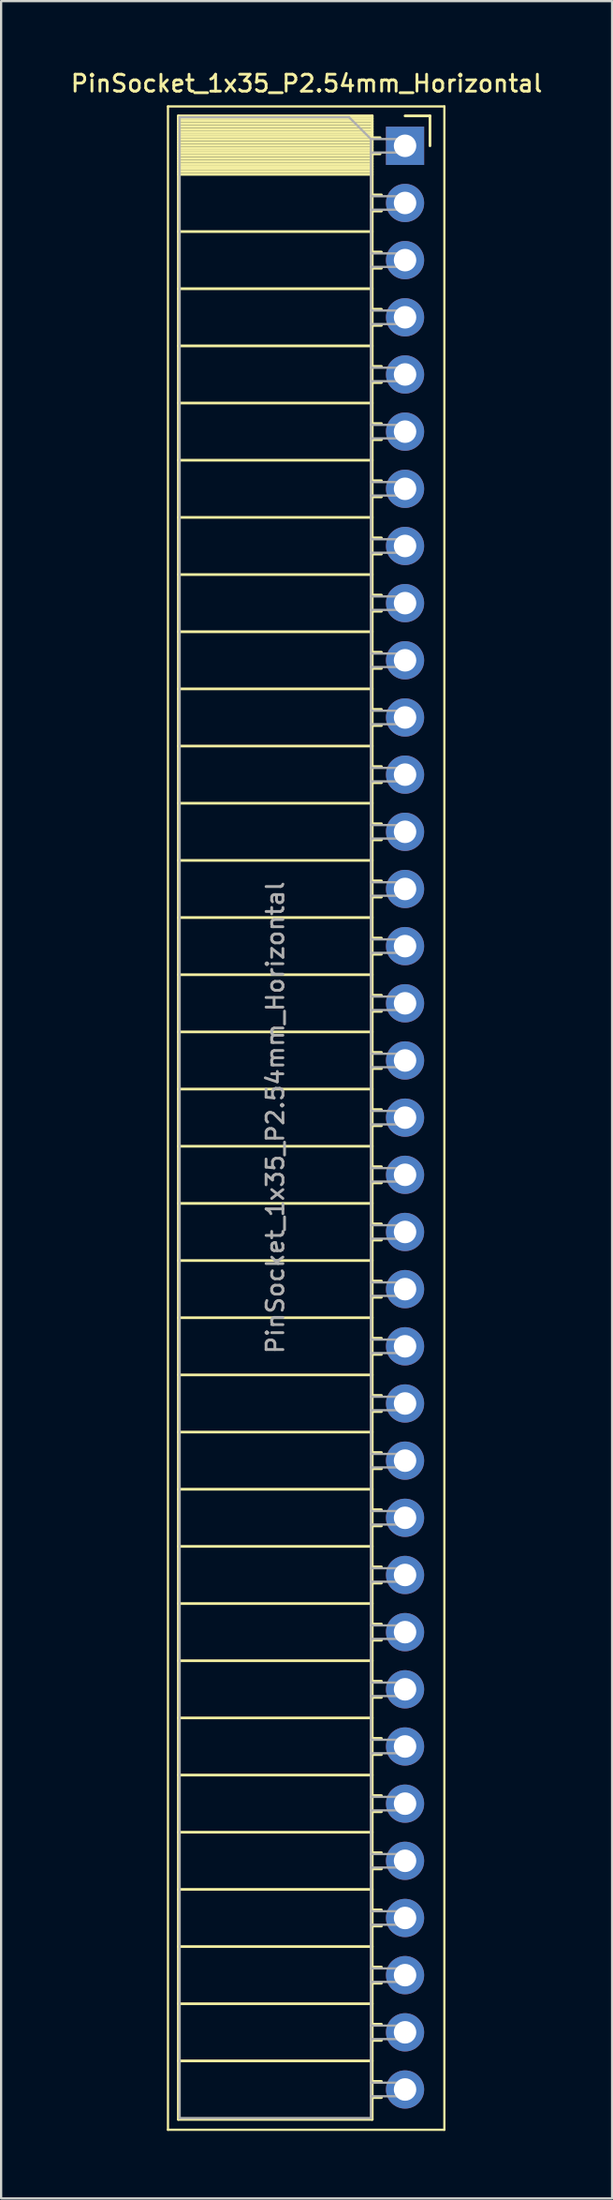
<source format=kicad_pcb>
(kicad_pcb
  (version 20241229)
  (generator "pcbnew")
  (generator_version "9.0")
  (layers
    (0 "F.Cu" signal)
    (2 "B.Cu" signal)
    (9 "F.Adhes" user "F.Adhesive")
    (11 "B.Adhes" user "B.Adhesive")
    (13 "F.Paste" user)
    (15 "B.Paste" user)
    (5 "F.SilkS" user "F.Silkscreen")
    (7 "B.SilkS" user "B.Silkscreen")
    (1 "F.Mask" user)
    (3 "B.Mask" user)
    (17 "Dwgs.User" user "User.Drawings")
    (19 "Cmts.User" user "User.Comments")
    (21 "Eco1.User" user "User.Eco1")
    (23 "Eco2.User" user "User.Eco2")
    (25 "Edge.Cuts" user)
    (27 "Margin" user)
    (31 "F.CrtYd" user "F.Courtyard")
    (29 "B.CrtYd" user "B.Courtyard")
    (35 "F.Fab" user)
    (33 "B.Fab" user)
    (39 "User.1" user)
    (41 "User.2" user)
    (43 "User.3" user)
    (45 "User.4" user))
  (footprint "PinSocket_1x35_P2.54mm_Horizontal"
    (layer "F.Cu")
    (at 14.975 3.428)
    (property "Reference" "PinSocket_1x35_P2.54mm_Horizontal" (at -4.38 -2.77 0) (layer "F.SilkS") (effects (font (size 0.75 0.75) (thickness 0.125))))
    (attr through_hole)
    (fp_line (start -10.55 -1.75) (end -10.55 88.15) (stroke (width 0.1) (type solid)) (layer "F.SilkS"))
    (fp_line (start -10.55 88.15) (end 1.75 88.15) (stroke (width 0.1) (type solid)) (layer "F.SilkS"))
    (fp_line (start -10.09 -1.33) (end -10.09 87.69) (stroke (width 0.12) (type solid)) (layer "F.SilkS"))
    (fp_line (start -10.09 -1.33) (end -1.46 -1.33) (stroke (width 0.12) (type solid)) (layer "F.SilkS"))
    (fp_line (start -10.09 -1.21) (end -1.46 -1.21) (stroke (width 0.12) (type solid)) (layer "F.SilkS"))
    (fp_line (start -10.09 -1.092) (end -1.46 -1.092) (stroke (width 0.12) (type solid)) (layer "F.SilkS"))
    (fp_line (start -10.09 -0.974) (end -1.46 -0.974) (stroke (width 0.12) (type solid)) (layer "F.SilkS"))
    (fp_line (start -10.09 -0.856) (end -1.46 -0.856) (stroke (width 0.12) (type solid)) (layer "F.SilkS"))
    (fp_line (start -10.09 -0.738) (end -1.46 -0.738) (stroke (width 0.12) (type solid)) (layer "F.SilkS"))
    (fp_line (start -10.09 -0.62) (end -1.46 -0.62) (stroke (width 0.12) (type solid)) (layer "F.SilkS"))
    (fp_line (start -10.09 -0.501) (end -1.46 -0.501) (stroke (width 0.12) (type solid)) (layer "F.SilkS"))
    (fp_line (start -10.09 -0.383) (end -1.46 -0.383) (stroke (width 0.12) (type solid)) (layer "F.SilkS"))
    (fp_line (start -10.09 -0.265) (end -1.46 -0.265) (stroke (width 0.12) (type solid)) (layer "F.SilkS"))
    (fp_line (start -10.09 -0.147) (end -1.46 -0.147) (stroke (width 0.12) (type solid)) (layer "F.SilkS"))
    (fp_line (start -10.09 -0.029) (end -1.46 -0.029) (stroke (width 0.12) (type solid)) (layer "F.SilkS"))
    (fp_line (start -10.09 0.089) (end -1.46 0.089) (stroke (width 0.12) (type solid)) (layer "F.SilkS"))
    (fp_line (start -10.09 0.207) (end -1.46 0.207) (stroke (width 0.12) (type solid)) (layer "F.SilkS"))
    (fp_line (start -10.09 0.325) (end -1.46 0.325) (stroke (width 0.12) (type solid)) (layer "F.SilkS"))
    (fp_line (start -10.09 0.443) (end -1.46 0.443) (stroke (width 0.12) (type solid)) (layer "F.SilkS"))
    (fp_line (start -10.09 0.561) (end -1.46 0.561) (stroke (width 0.12) (type solid)) (layer "F.SilkS"))
    (fp_line (start -10.09 0.68) (end -1.46 0.68) (stroke (width 0.12) (type solid)) (layer "F.SilkS"))
    (fp_line (start -10.09 0.798) (end -1.46 0.798) (stroke (width 0.12) (type solid)) (layer "F.SilkS"))
    (fp_line (start -10.09 0.916) (end -1.46 0.916) (stroke (width 0.12) (type solid)) (layer "F.SilkS"))
    (fp_line (start -10.09 1.034) (end -1.46 1.034) (stroke (width 0.12) (type solid)) (layer "F.SilkS"))
    (fp_line (start -10.09 1.152) (end -1.46 1.152) (stroke (width 0.12) (type solid)) (layer "F.SilkS"))
    (fp_line (start -10.09 1.27) (end -1.46 1.27) (stroke (width 0.12) (type solid)) (layer "F.SilkS"))
    (fp_line (start -10.09 3.81) (end -1.46 3.81) (stroke (width 0.12) (type solid)) (layer "F.SilkS"))
    (fp_line (start -10.09 6.35) (end -1.46 6.35) (stroke (width 0.12) (type solid)) (layer "F.SilkS"))
    (fp_line (start -10.09 8.89) (end -1.46 8.89) (stroke (width 0.12) (type solid)) (layer "F.SilkS"))
    (fp_line (start -10.09 11.43) (end -1.46 11.43) (stroke (width 0.12) (type solid)) (layer "F.SilkS"))
    (fp_line (start -10.09 13.97) (end -1.46 13.97) (stroke (width 0.12) (type solid)) (layer "F.SilkS"))
    (fp_line (start -10.09 16.51) (end -1.46 16.51) (stroke (width 0.12) (type solid)) (layer "F.SilkS"))
    (fp_line (start -10.09 19.05) (end -1.46 19.05) (stroke (width 0.12) (type solid)) (layer "F.SilkS"))
    (fp_line (start -10.09 21.59) (end -1.46 21.59) (stroke (width 0.12) (type solid)) (layer "F.SilkS"))
    (fp_line (start -10.09 24.13) (end -1.46 24.13) (stroke (width 0.12) (type solid)) (layer "F.SilkS"))
    (fp_line (start -10.09 26.67) (end -1.46 26.67) (stroke (width 0.12) (type solid)) (layer "F.SilkS"))
    (fp_line (start -10.09 29.21) (end -1.46 29.21) (stroke (width 0.12) (type solid)) (layer "F.SilkS"))
    (fp_line (start -10.09 31.75) (end -1.46 31.75) (stroke (width 0.12) (type solid)) (layer "F.SilkS"))
    (fp_line (start -10.09 34.29) (end -1.46 34.29) (stroke (width 0.12) (type solid)) (layer "F.SilkS"))
    (fp_line (start -10.09 36.83) (end -1.46 36.83) (stroke (width 0.12) (type solid)) (layer "F.SilkS"))
    (fp_line (start -10.09 39.37) (end -1.46 39.37) (stroke (width 0.12) (type solid)) (layer "F.SilkS"))
    (fp_line (start -10.09 41.91) (end -1.46 41.91) (stroke (width 0.12) (type solid)) (layer "F.SilkS"))
    (fp_line (start -10.09 44.45) (end -1.46 44.45) (stroke (width 0.12) (type solid)) (layer "F.SilkS"))
    (fp_line (start -10.09 46.99) (end -1.46 46.99) (stroke (width 0.12) (type solid)) (layer "F.SilkS"))
    (fp_line (start -10.09 49.53) (end -1.46 49.53) (stroke (width 0.12) (type solid)) (layer "F.SilkS"))
    (fp_line (start -10.09 52.07) (end -1.46 52.07) (stroke (width 0.12) (type solid)) (layer "F.SilkS"))
    (fp_line (start -10.09 54.61) (end -1.46 54.61) (stroke (width 0.12) (type solid)) (layer "F.SilkS"))
    (fp_line (start -10.09 57.15) (end -1.46 57.15) (stroke (width 0.12) (type solid)) (layer "F.SilkS"))
    (fp_line (start -10.09 59.69) (end -1.46 59.69) (stroke (width 0.12) (type solid)) (layer "F.SilkS"))
    (fp_line (start -10.09 62.23) (end -1.46 62.23) (stroke (width 0.12) (type solid)) (layer "F.SilkS"))
    (fp_line (start -10.09 64.77) (end -1.46 64.77) (stroke (width 0.12) (type solid)) (layer "F.SilkS"))
    (fp_line (start -10.09 67.31) (end -1.46 67.31) (stroke (width 0.12) (type solid)) (layer "F.SilkS"))
    (fp_line (start -10.09 69.85) (end -1.46 69.85) (stroke (width 0.12) (type solid)) (layer "F.SilkS"))
    (fp_line (start -10.09 72.39) (end -1.46 72.39) (stroke (width 0.12) (type solid)) (layer "F.SilkS"))
    (fp_line (start -10.09 74.93) (end -1.46 74.93) (stroke (width 0.12) (type solid)) (layer "F.SilkS"))
    (fp_line (start -10.09 77.47) (end -1.46 77.47) (stroke (width 0.12) (type solid)) (layer "F.SilkS"))
    (fp_line (start -10.09 80.01) (end -1.46 80.01) (stroke (width 0.12) (type solid)) (layer "F.SilkS"))
    (fp_line (start -10.09 82.55) (end -1.46 82.55) (stroke (width 0.12) (type solid)) (layer "F.SilkS"))
    (fp_line (start -10.09 85.09) (end -1.46 85.09) (stroke (width 0.12) (type solid)) (layer "F.SilkS"))
    (fp_line (start -10.09 87.69) (end -1.46 87.69) (stroke (width 0.12) (type solid)) (layer "F.SilkS"))
    (fp_line (start -1.46 -1.33) (end -1.46 87.69) (stroke (width 0.12) (type solid)) (layer "F.SilkS"))
    (fp_line (start -1.46 -0.36) (end -1.11 -0.36) (stroke (width 0.12) (type solid)) (layer "F.SilkS"))
    (fp_line (start -1.46 0.36) (end -1.11 0.36) (stroke (width 0.12) (type solid)) (layer "F.SilkS"))
    (fp_line (start -1.46 2.18) (end -1.05 2.18) (stroke (width 0.12) (type solid)) (layer "F.SilkS"))
    (fp_line (start -1.46 2.9) (end -1.05 2.9) (stroke (width 0.12) (type solid)) (layer "F.SilkS"))
    (fp_line (start -1.46 4.72) (end -1.05 4.72) (stroke (width 0.12) (type solid)) (layer "F.SilkS"))
    (fp_line (start -1.46 5.44) (end -1.05 5.44) (stroke (width 0.12) (type solid)) (layer "F.SilkS"))
    (fp_line (start -1.46 7.26) (end -1.05 7.26) (stroke (width 0.12) (type solid)) (layer "F.SilkS"))
    (fp_line (start -1.46 7.98) (end -1.05 7.98) (stroke (width 0.12) (type solid)) (layer "F.SilkS"))
    (fp_line (start -1.46 9.8) (end -1.05 9.8) (stroke (width 0.12) (type solid)) (layer "F.SilkS"))
    (fp_line (start -1.46 10.52) (end -1.05 10.52) (stroke (width 0.12) (type solid)) (layer "F.SilkS"))
    (fp_line (start -1.46 12.34) (end -1.05 12.34) (stroke (width 0.12) (type solid)) (layer "F.SilkS"))
    (fp_line (start -1.46 13.06) (end -1.05 13.06) (stroke (width 0.12) (type solid)) (layer "F.SilkS"))
    (fp_line (start -1.46 14.88) (end -1.05 14.88) (stroke (width 0.12) (type solid)) (layer "F.SilkS"))
    (fp_line (start -1.46 15.6) (end -1.05 15.6) (stroke (width 0.12) (type solid)) (layer "F.SilkS"))
    (fp_line (start -1.46 17.42) (end -1.05 17.42) (stroke (width 0.12) (type solid)) (layer "F.SilkS"))
    (fp_line (start -1.46 18.14) (end -1.05 18.14) (stroke (width 0.12) (type solid)) (layer "F.SilkS"))
    (fp_line (start -1.46 19.96) (end -1.05 19.96) (stroke (width 0.12) (type solid)) (layer "F.SilkS"))
    (fp_line (start -1.46 20.68) (end -1.05 20.68) (stroke (width 0.12) (type solid)) (layer "F.SilkS"))
    (fp_line (start -1.46 22.5) (end -1.05 22.5) (stroke (width 0.12) (type solid)) (layer "F.SilkS"))
    (fp_line (start -1.46 23.22) (end -1.05 23.22) (stroke (width 0.12) (type solid)) (layer "F.SilkS"))
    (fp_line (start -1.46 25.04) (end -1.05 25.04) (stroke (width 0.12) (type solid)) (layer "F.SilkS"))
    (fp_line (start -1.46 25.76) (end -1.05 25.76) (stroke (width 0.12) (type solid)) (layer "F.SilkS"))
    (fp_line (start -1.46 27.58) (end -1.05 27.58) (stroke (width 0.12) (type solid)) (layer "F.SilkS"))
    (fp_line (start -1.46 28.3) (end -1.05 28.3) (stroke (width 0.12) (type solid)) (layer "F.SilkS"))
    (fp_line (start -1.46 30.12) (end -1.05 30.12) (stroke (width 0.12) (type solid)) (layer "F.SilkS"))
    (fp_line (start -1.46 30.84) (end -1.05 30.84) (stroke (width 0.12) (type solid)) (layer "F.SilkS"))
    (fp_line (start -1.46 32.66) (end -1.05 32.66) (stroke (width 0.12) (type solid)) (layer "F.SilkS"))
    (fp_line (start -1.46 33.38) (end -1.05 33.38) (stroke (width 0.12) (type solid)) (layer "F.SilkS"))
    (fp_line (start -1.46 35.2) (end -1.05 35.2) (stroke (width 0.12) (type solid)) (layer "F.SilkS"))
    (fp_line (start -1.46 35.92) (end -1.05 35.92) (stroke (width 0.12) (type solid)) (layer "F.SilkS"))
    (fp_line (start -1.46 37.74) (end -1.05 37.74) (stroke (width 0.12) (type solid)) (layer "F.SilkS"))
    (fp_line (start -1.46 38.46) (end -1.05 38.46) (stroke (width 0.12) (type solid)) (layer "F.SilkS"))
    (fp_line (start -1.46 40.28) (end -1.05 40.28) (stroke (width 0.12) (type solid)) (layer "F.SilkS"))
    (fp_line (start -1.46 41) (end -1.05 41) (stroke (width 0.12) (type solid)) (layer "F.SilkS"))
    (fp_line (start -1.46 42.82) (end -1.05 42.82) (stroke (width 0.12) (type solid)) (layer "F.SilkS"))
    (fp_line (start -1.46 43.54) (end -1.05 43.54) (stroke (width 0.12) (type solid)) (layer "F.SilkS"))
    (fp_line (start -1.46 45.36) (end -1.05 45.36) (stroke (width 0.12) (type solid)) (layer "F.SilkS"))
    (fp_line (start -1.46 46.08) (end -1.05 46.08) (stroke (width 0.12) (type solid)) (layer "F.SilkS"))
    (fp_line (start -1.46 47.9) (end -1.05 47.9) (stroke (width 0.12) (type solid)) (layer "F.SilkS"))
    (fp_line (start -1.46 48.62) (end -1.05 48.62) (stroke (width 0.12) (type solid)) (layer "F.SilkS"))
    (fp_line (start -1.46 50.44) (end -1.05 50.44) (stroke (width 0.12) (type solid)) (layer "F.SilkS"))
    (fp_line (start -1.46 51.16) (end -1.05 51.16) (stroke (width 0.12) (type solid)) (layer "F.SilkS"))
    (fp_line (start -1.46 52.98) (end -1.05 52.98) (stroke (width 0.12) (type solid)) (layer "F.SilkS"))
    (fp_line (start -1.46 53.7) (end -1.05 53.7) (stroke (width 0.12) (type solid)) (layer "F.SilkS"))
    (fp_line (start -1.46 55.52) (end -1.05 55.52) (stroke (width 0.12) (type solid)) (layer "F.SilkS"))
    (fp_line (start -1.46 56.24) (end -1.05 56.24) (stroke (width 0.12) (type solid)) (layer "F.SilkS"))
    (fp_line (start -1.46 58.06) (end -1.05 58.06) (stroke (width 0.12) (type solid)) (layer "F.SilkS"))
    (fp_line (start -1.46 58.78) (end -1.05 58.78) (stroke (width 0.12) (type solid)) (layer "F.SilkS"))
    (fp_line (start -1.46 60.6) (end -1.05 60.6) (stroke (width 0.12) (type solid)) (layer "F.SilkS"))
    (fp_line (start -1.46 61.32) (end -1.05 61.32) (stroke (width 0.12) (type solid)) (layer "F.SilkS"))
    (fp_line (start -1.46 63.14) (end -1.05 63.14) (stroke (width 0.12) (type solid)) (layer "F.SilkS"))
    (fp_line (start -1.46 63.86) (end -1.05 63.86) (stroke (width 0.12) (type solid)) (layer "F.SilkS"))
    (fp_line (start -1.46 65.68) (end -1.05 65.68) (stroke (width 0.12) (type solid)) (layer "F.SilkS"))
    (fp_line (start -1.46 66.4) (end -1.05 66.4) (stroke (width 0.12) (type solid)) (layer "F.SilkS"))
    (fp_line (start -1.46 68.22) (end -1.05 68.22) (stroke (width 0.12) (type solid)) (layer "F.SilkS"))
    (fp_line (start -1.46 68.94) (end -1.05 68.94) (stroke (width 0.12) (type solid)) (layer "F.SilkS"))
    (fp_line (start -1.46 70.76) (end -1.05 70.76) (stroke (width 0.12) (type solid)) (layer "F.SilkS"))
    (fp_line (start -1.46 71.48) (end -1.05 71.48) (stroke (width 0.12) (type solid)) (layer "F.SilkS"))
    (fp_line (start -1.46 73.3) (end -1.05 73.3) (stroke (width 0.12) (type solid)) (layer "F.SilkS"))
    (fp_line (start -1.46 74.02) (end -1.05 74.02) (stroke (width 0.12) (type solid)) (layer "F.SilkS"))
    (fp_line (start -1.46 75.84) (end -1.05 75.84) (stroke (width 0.12) (type solid)) (layer "F.SilkS"))
    (fp_line (start -1.46 76.56) (end -1.05 76.56) (stroke (width 0.12) (type solid)) (layer "F.SilkS"))
    (fp_line (start -1.46 78.38) (end -1.05 78.38) (stroke (width 0.12) (type solid)) (layer "F.SilkS"))
    (fp_line (start -1.46 79.1) (end -1.05 79.1) (stroke (width 0.12) (type solid)) (layer "F.SilkS"))
    (fp_line (start -1.46 80.92) (end -1.05 80.92) (stroke (width 0.12) (type solid)) (layer "F.SilkS"))
    (fp_line (start -1.46 81.64) (end -1.05 81.64) (stroke (width 0.12) (type solid)) (layer "F.SilkS"))
    (fp_line (start -1.46 83.46) (end -1.05 83.46) (stroke (width 0.12) (type solid)) (layer "F.SilkS"))
    (fp_line (start -1.46 84.18) (end -1.05 84.18) (stroke (width 0.12) (type solid)) (layer "F.SilkS"))
    (fp_line (start -1.46 86) (end -1.05 86) (stroke (width 0.12) (type solid)) (layer "F.SilkS"))
    (fp_line (start -1.46 86.72) (end -1.05 86.72) (stroke (width 0.12) (type solid)) (layer "F.SilkS"))
    (fp_line (start 0 -1.33) (end 1.11 -1.33) (stroke (width 0.12) (type solid)) (layer "F.SilkS"))
    (fp_line (start 1.11 -1.33) (end 1.11 0) (stroke (width 0.12) (type solid)) (layer "F.SilkS"))
    (fp_line (start 1.75 -1.75) (end -10.55 -1.75) (stroke (width 0.1) (type solid)) (layer "F.SilkS"))
    (fp_line (start 1.75 88.15) (end 1.75 -1.75) (stroke (width 0.1) (type solid)) (layer "F.SilkS"))
    (fp_line (start -10.03 -1.27) (end -2.49 -1.27) (stroke (width 0.1) (type solid)) (layer "F.Fab"))
    (fp_line (start -10.03 87.63) (end -10.03 -1.27) (stroke (width 0.1) (type solid)) (layer "F.Fab"))
    (fp_line (start -2.49 -1.27) (end -1.52 -0.3) (stroke (width 0.1) (type solid)) (layer "F.Fab"))
    (fp_line (start -1.52 -0.3) (end -1.52 87.63) (stroke (width 0.1) (type solid)) (layer "F.Fab"))
    (fp_line (start -1.52 0.3) (end 0 0.3) (stroke (width 0.1) (type solid)) (layer "F.Fab"))
    (fp_line (start -1.52 2.84) (end 0 2.84) (stroke (width 0.1) (type solid)) (layer "F.Fab"))
    (fp_line (start -1.52 5.38) (end 0 5.38) (stroke (width 0.1) (type solid)) (layer "F.Fab"))
    (fp_line (start -1.52 7.92) (end 0 7.92) (stroke (width 0.1) (type solid)) (layer "F.Fab"))
    (fp_line (start -1.52 10.46) (end 0 10.46) (stroke (width 0.1) (type solid)) (layer "F.Fab"))
    (fp_line (start -1.52 13) (end 0 13) (stroke (width 0.1) (type solid)) (layer "F.Fab"))
    (fp_line (start -1.52 15.54) (end 0 15.54) (stroke (width 0.1) (type solid)) (layer "F.Fab"))
    (fp_line (start -1.52 18.08) (end 0 18.08) (stroke (width 0.1) (type solid)) (layer "F.Fab"))
    (fp_line (start -1.52 20.62) (end 0 20.62) (stroke (width 0.1) (type solid)) (layer "F.Fab"))
    (fp_line (start -1.52 23.16) (end 0 23.16) (stroke (width 0.1) (type solid)) (layer "F.Fab"))
    (fp_line (start -1.52 25.7) (end 0 25.7) (stroke (width 0.1) (type solid)) (layer "F.Fab"))
    (fp_line (start -1.52 28.24) (end 0 28.24) (stroke (width 0.1) (type solid)) (layer "F.Fab"))
    (fp_line (start -1.52 30.78) (end 0 30.78) (stroke (width 0.1) (type solid)) (layer "F.Fab"))
    (fp_line (start -1.52 33.32) (end 0 33.32) (stroke (width 0.1) (type solid)) (layer "F.Fab"))
    (fp_line (start -1.52 35.86) (end 0 35.86) (stroke (width 0.1) (type solid)) (layer "F.Fab"))
    (fp_line (start -1.52 38.4) (end 0 38.4) (stroke (width 0.1) (type solid)) (layer "F.Fab"))
    (fp_line (start -1.52 40.94) (end 0 40.94) (stroke (width 0.1) (type solid)) (layer "F.Fab"))
    (fp_line (start -1.52 43.48) (end 0 43.48) (stroke (width 0.1) (type solid)) (layer "F.Fab"))
    (fp_line (start -1.52 46.02) (end 0 46.02) (stroke (width 0.1) (type solid)) (layer "F.Fab"))
    (fp_line (start -1.52 48.56) (end 0 48.56) (stroke (width 0.1) (type solid)) (layer "F.Fab"))
    (fp_line (start -1.52 51.1) (end 0 51.1) (stroke (width 0.1) (type solid)) (layer "F.Fab"))
    (fp_line (start -1.52 53.64) (end 0 53.64) (stroke (width 0.1) (type solid)) (layer "F.Fab"))
    (fp_line (start -1.52 56.18) (end 0 56.18) (stroke (width 0.1) (type solid)) (layer "F.Fab"))
    (fp_line (start -1.52 58.72) (end 0 58.72) (stroke (width 0.1) (type solid)) (layer "F.Fab"))
    (fp_line (start -1.52 61.26) (end 0 61.26) (stroke (width 0.1) (type solid)) (layer "F.Fab"))
    (fp_line (start -1.52 63.8) (end 0 63.8) (stroke (width 0.1) (type solid)) (layer "F.Fab"))
    (fp_line (start -1.52 66.34) (end 0 66.34) (stroke (width 0.1) (type solid)) (layer "F.Fab"))
    (fp_line (start -1.52 68.88) (end 0 68.88) (stroke (width 0.1) (type solid)) (layer "F.Fab"))
    (fp_line (start -1.52 71.42) (end 0 71.42) (stroke (width 0.1) (type solid)) (layer "F.Fab"))
    (fp_line (start -1.52 73.96) (end 0 73.96) (stroke (width 0.1) (type solid)) (layer "F.Fab"))
    (fp_line (start -1.52 76.5) (end 0 76.5) (stroke (width 0.1) (type solid)) (layer "F.Fab"))
    (fp_line (start -1.52 79.04) (end 0 79.04) (stroke (width 0.1) (type solid)) (layer "F.Fab"))
    (fp_line (start -1.52 81.58) (end 0 81.58) (stroke (width 0.1) (type solid)) (layer "F.Fab"))
    (fp_line (start -1.52 84.12) (end 0 84.12) (stroke (width 0.1) (type solid)) (layer "F.Fab"))
    (fp_line (start -1.52 86.66) (end 0 86.66) (stroke (width 0.1) (type solid)) (layer "F.Fab"))
    (fp_line (start -1.52 87.63) (end -10.03 87.63) (stroke (width 0.1) (type solid)) (layer "F.Fab"))
    (fp_line (start 0 -0.3) (end -1.52 -0.3) (stroke (width 0.1) (type solid)) (layer "F.Fab"))
    (fp_line (start 0 0.3) (end 0 -0.3) (stroke (width 0.1) (type solid)) (layer "F.Fab"))
    (fp_line (start 0 2.24) (end -1.52 2.24) (stroke (width 0.1) (type solid)) (layer "F.Fab"))
    (fp_line (start 0 2.84) (end 0 2.24) (stroke (width 0.1) (type solid)) (layer "F.Fab"))
    (fp_line (start 0 4.78) (end -1.52 4.78) (stroke (width 0.1) (type solid)) (layer "F.Fab"))
    (fp_line (start 0 5.38) (end 0 4.78) (stroke (width 0.1) (type solid)) (layer "F.Fab"))
    (fp_line (start 0 7.32) (end -1.52 7.32) (stroke (width 0.1) (type solid)) (layer "F.Fab"))
    (fp_line (start 0 7.92) (end 0 7.32) (stroke (width 0.1) (type solid)) (layer "F.Fab"))
    (fp_line (start 0 9.86) (end -1.52 9.86) (stroke (width 0.1) (type solid)) (layer "F.Fab"))
    (fp_line (start 0 10.46) (end 0 9.86) (stroke (width 0.1) (type solid)) (layer "F.Fab"))
    (fp_line (start 0 12.4) (end -1.52 12.4) (stroke (width 0.1) (type solid)) (layer "F.Fab"))
    (fp_line (start 0 13) (end 0 12.4) (stroke (width 0.1) (type solid)) (layer "F.Fab"))
    (fp_line (start 0 14.94) (end -1.52 14.94) (stroke (width 0.1) (type solid)) (layer "F.Fab"))
    (fp_line (start 0 15.54) (end 0 14.94) (stroke (width 0.1) (type solid)) (layer "F.Fab"))
    (fp_line (start 0 17.48) (end -1.52 17.48) (stroke (width 0.1) (type solid)) (layer "F.Fab"))
    (fp_line (start 0 18.08) (end 0 17.48) (stroke (width 0.1) (type solid)) (layer "F.Fab"))
    (fp_line (start 0 20.02) (end -1.52 20.02) (stroke (width 0.1) (type solid)) (layer "F.Fab"))
    (fp_line (start 0 20.62) (end 0 20.02) (stroke (width 0.1) (type solid)) (layer "F.Fab"))
    (fp_line (start 0 22.56) (end -1.52 22.56) (stroke (width 0.1) (type solid)) (layer "F.Fab"))
    (fp_line (start 0 23.16) (end 0 22.56) (stroke (width 0.1) (type solid)) (layer "F.Fab"))
    (fp_line (start 0 25.1) (end -1.52 25.1) (stroke (width 0.1) (type solid)) (layer "F.Fab"))
    (fp_line (start 0 25.7) (end 0 25.1) (stroke (width 0.1) (type solid)) (layer "F.Fab"))
    (fp_line (start 0 27.64) (end -1.52 27.64) (stroke (width 0.1) (type solid)) (layer "F.Fab"))
    (fp_line (start 0 28.24) (end 0 27.64) (stroke (width 0.1) (type solid)) (layer "F.Fab"))
    (fp_line (start 0 30.18) (end -1.52 30.18) (stroke (width 0.1) (type solid)) (layer "F.Fab"))
    (fp_line (start 0 30.78) (end 0 30.18) (stroke (width 0.1) (type solid)) (layer "F.Fab"))
    (fp_line (start 0 32.72) (end -1.52 32.72) (stroke (width 0.1) (type solid)) (layer "F.Fab"))
    (fp_line (start 0 33.32) (end 0 32.72) (stroke (width 0.1) (type solid)) (layer "F.Fab"))
    (fp_line (start 0 35.26) (end -1.52 35.26) (stroke (width 0.1) (type solid)) (layer "F.Fab"))
    (fp_line (start 0 35.86) (end 0 35.26) (stroke (width 0.1) (type solid)) (layer "F.Fab"))
    (fp_line (start 0 37.8) (end -1.52 37.8) (stroke (width 0.1) (type solid)) (layer "F.Fab"))
    (fp_line (start 0 38.4) (end 0 37.8) (stroke (width 0.1) (type solid)) (layer "F.Fab"))
    (fp_line (start 0 40.34) (end -1.52 40.34) (stroke (width 0.1) (type solid)) (layer "F.Fab"))
    (fp_line (start 0 40.94) (end 0 40.34) (stroke (width 0.1) (type solid)) (layer "F.Fab"))
    (fp_line (start 0 42.88) (end -1.52 42.88) (stroke (width 0.1) (type solid)) (layer "F.Fab"))
    (fp_line (start 0 43.48) (end 0 42.88) (stroke (width 0.1) (type solid)) (layer "F.Fab"))
    (fp_line (start 0 45.42) (end -1.52 45.42) (stroke (width 0.1) (type solid)) (layer "F.Fab"))
    (fp_line (start 0 46.02) (end 0 45.42) (stroke (width 0.1) (type solid)) (layer "F.Fab"))
    (fp_line (start 0 47.96) (end -1.52 47.96) (stroke (width 0.1) (type solid)) (layer "F.Fab"))
    (fp_line (start 0 48.56) (end 0 47.96) (stroke (width 0.1) (type solid)) (layer "F.Fab"))
    (fp_line (start 0 50.5) (end -1.52 50.5) (stroke (width 0.1) (type solid)) (layer "F.Fab"))
    (fp_line (start 0 51.1) (end 0 50.5) (stroke (width 0.1) (type solid)) (layer "F.Fab"))
    (fp_line (start 0 53.04) (end -1.52 53.04) (stroke (width 0.1) (type solid)) (layer "F.Fab"))
    (fp_line (start 0 53.64) (end 0 53.04) (stroke (width 0.1) (type solid)) (layer "F.Fab"))
    (fp_line (start 0 55.58) (end -1.52 55.58) (stroke (width 0.1) (type solid)) (layer "F.Fab"))
    (fp_line (start 0 56.18) (end 0 55.58) (stroke (width 0.1) (type solid)) (layer "F.Fab"))
    (fp_line (start 0 58.12) (end -1.52 58.12) (stroke (width 0.1) (type solid)) (layer "F.Fab"))
    (fp_line (start 0 58.72) (end 0 58.12) (stroke (width 0.1) (type solid)) (layer "F.Fab"))
    (fp_line (start 0 60.66) (end -1.52 60.66) (stroke (width 0.1) (type solid)) (layer "F.Fab"))
    (fp_line (start 0 61.26) (end 0 60.66) (stroke (width 0.1) (type solid)) (layer "F.Fab"))
    (fp_line (start 0 63.2) (end -1.52 63.2) (stroke (width 0.1) (type solid)) (layer "F.Fab"))
    (fp_line (start 0 63.8) (end 0 63.2) (stroke (width 0.1) (type solid)) (layer "F.Fab"))
    (fp_line (start 0 65.74) (end -1.52 65.74) (stroke (width 0.1) (type solid)) (layer "F.Fab"))
    (fp_line (start 0 66.34) (end 0 65.74) (stroke (width 0.1) (type solid)) (layer "F.Fab"))
    (fp_line (start 0 68.28) (end -1.52 68.28) (stroke (width 0.1) (type solid)) (layer "F.Fab"))
    (fp_line (start 0 68.88) (end 0 68.28) (stroke (width 0.1) (type solid)) (layer "F.Fab"))
    (fp_line (start 0 70.82) (end -1.52 70.82) (stroke (width 0.1) (type solid)) (layer "F.Fab"))
    (fp_line (start 0 71.42) (end 0 70.82) (stroke (width 0.1) (type solid)) (layer "F.Fab"))
    (fp_line (start 0 73.36) (end -1.52 73.36) (stroke (width 0.1) (type solid)) (layer "F.Fab"))
    (fp_line (start 0 73.96) (end 0 73.36) (stroke (width 0.1) (type solid)) (layer "F.Fab"))
    (fp_line (start 0 75.9) (end -1.52 75.9) (stroke (width 0.1) (type solid)) (layer "F.Fab"))
    (fp_line (start 0 76.5) (end 0 75.9) (stroke (width 0.1) (type solid)) (layer "F.Fab"))
    (fp_line (start 0 78.44) (end -1.52 78.44) (stroke (width 0.1) (type solid)) (layer "F.Fab"))
    (fp_line (start 0 79.04) (end 0 78.44) (stroke (width 0.1) (type solid)) (layer "F.Fab"))
    (fp_line (start 0 80.98) (end -1.52 80.98) (stroke (width 0.1) (type solid)) (layer "F.Fab"))
    (fp_line (start 0 81.58) (end 0 80.98) (stroke (width 0.1) (type solid)) (layer "F.Fab"))
    (fp_line (start 0 83.52) (end -1.52 83.52) (stroke (width 0.1) (type solid)) (layer "F.Fab"))
    (fp_line (start 0 84.12) (end 0 83.52) (stroke (width 0.1) (type solid)) (layer "F.Fab"))
    (fp_line (start 0 86.06) (end -1.52 86.06) (stroke (width 0.1) (type solid)) (layer "F.Fab"))
    (fp_line (start 0 86.66) (end 0 86.06) (stroke (width 0.1) (type solid)) (layer "F.Fab"))
    (fp_text user "${REFERENCE}" (at -5.775 43.18 90) (layer "F.Fab") (effects (font (size 0.75 0.75) (thickness 0.125))))
    (pad "1" thru_hole rect (at 0 0) (size 1.7 1.7) (drill 1) (layers "*.Cu" "*.Mask"))
    (pad "2" thru_hole oval (at 0 2.54) (size 1.7 1.7) (drill 1) (layers "*.Cu" "*.Mask"))
    (pad "3" thru_hole oval (at 0 5.08) (size 1.7 1.7) (drill 1) (layers "*.Cu" "*.Mask"))
    (pad "4" thru_hole oval (at 0 7.62) (size 1.7 1.7) (drill 1) (layers "*.Cu" "*.Mask"))
    (pad "5" thru_hole oval (at 0 10.16) (size 1.7 1.7) (drill 1) (layers "*.Cu" "*.Mask"))
    (pad "6" thru_hole oval (at 0 12.7) (size 1.7 1.7) (drill 1) (layers "*.Cu" "*.Mask"))
    (pad "7" thru_hole oval (at 0 15.24) (size 1.7 1.7) (drill 1) (layers "*.Cu" "*.Mask"))
    (pad "8" thru_hole oval (at 0 17.78) (size 1.7 1.7) (drill 1) (layers "*.Cu" "*.Mask"))
    (pad "9" thru_hole oval (at 0 20.32) (size 1.7 1.7) (drill 1) (layers "*.Cu" "*.Mask"))
    (pad "10" thru_hole oval (at 0 22.86) (size 1.7 1.7) (drill 1) (layers "*.Cu" "*.Mask"))
    (pad "11" thru_hole oval (at 0 25.4) (size 1.7 1.7) (drill 1) (layers "*.Cu" "*.Mask"))
    (pad "12" thru_hole oval (at 0 27.94) (size 1.7 1.7) (drill 1) (layers "*.Cu" "*.Mask"))
    (pad "13" thru_hole oval (at 0 30.48) (size 1.7 1.7) (drill 1) (layers "*.Cu" "*.Mask"))
    (pad "14" thru_hole oval (at 0 33.02) (size 1.7 1.7) (drill 1) (layers "*.Cu" "*.Mask"))
    (pad "15" thru_hole oval (at 0 35.56) (size 1.7 1.7) (drill 1) (layers "*.Cu" "*.Mask"))
    (pad "16" thru_hole oval (at 0 38.1) (size 1.7 1.7) (drill 1) (layers "*.Cu" "*.Mask"))
    (pad "17" thru_hole oval (at 0 40.64) (size 1.7 1.7) (drill 1) (layers "*.Cu" "*.Mask"))
    (pad "18" thru_hole oval (at 0 43.18) (size 1.7 1.7) (drill 1) (layers "*.Cu" "*.Mask"))
    (pad "19" thru_hole oval (at 0 45.72) (size 1.7 1.7) (drill 1) (layers "*.Cu" "*.Mask"))
    (pad "20" thru_hole oval (at 0 48.26) (size 1.7 1.7) (drill 1) (layers "*.Cu" "*.Mask"))
    (pad "21" thru_hole oval (at 0 50.8) (size 1.7 1.7) (drill 1) (layers "*.Cu" "*.Mask"))
    (pad "22" thru_hole oval (at 0 53.34) (size 1.7 1.7) (drill 1) (layers "*.Cu" "*.Mask"))
    (pad "23" thru_hole oval (at 0 55.88) (size 1.7 1.7) (drill 1) (layers "*.Cu" "*.Mask"))
    (pad "24" thru_hole oval (at 0 58.42) (size 1.7 1.7) (drill 1) (layers "*.Cu" "*.Mask"))
    (pad "25" thru_hole oval (at 0 60.96) (size 1.7 1.7) (drill 1) (layers "*.Cu" "*.Mask"))
    (pad "26" thru_hole oval (at 0 63.5) (size 1.7 1.7) (drill 1) (layers "*.Cu" "*.Mask"))
    (pad "27" thru_hole oval (at 0 66.04) (size 1.7 1.7) (drill 1) (layers "*.Cu" "*.Mask"))
    (pad "28" thru_hole oval (at 0 68.58) (size 1.7 1.7) (drill 1) (layers "*.Cu" "*.Mask"))
    (pad "29" thru_hole oval (at 0 71.12) (size 1.7 1.7) (drill 1) (layers "*.Cu" "*.Mask"))
    (pad "30" thru_hole oval (at 0 73.66) (size 1.7 1.7) (drill 1) (layers "*.Cu" "*.Mask"))
    (pad "31" thru_hole oval (at 0 76.2) (size 1.7 1.7) (drill 1) (layers "*.Cu" "*.Mask"))
    (pad "32" thru_hole oval (at 0 78.74) (size 1.7 1.7) (drill 1) (layers "*.Cu" "*.Mask"))
    (pad "33" thru_hole oval (at 0 81.28) (size 1.7 1.7) (drill 1) (layers "*.Cu" "*.Mask"))
    (pad "34" thru_hole oval (at 0 83.82) (size 1.7 1.7) (drill 1) (layers "*.Cu" "*.Mask"))
    (pad "35" thru_hole oval (at 0 86.36) (size 1.7 1.7) (drill 1) (layers "*.Cu" "*.Mask")))
  (gr_rect
    (start -3 -3)
    (end 24.189 94.628)
    (stroke (width 0.1) (type default))
    (fill no)
    (layer "Edge.Cuts")))
</source>
